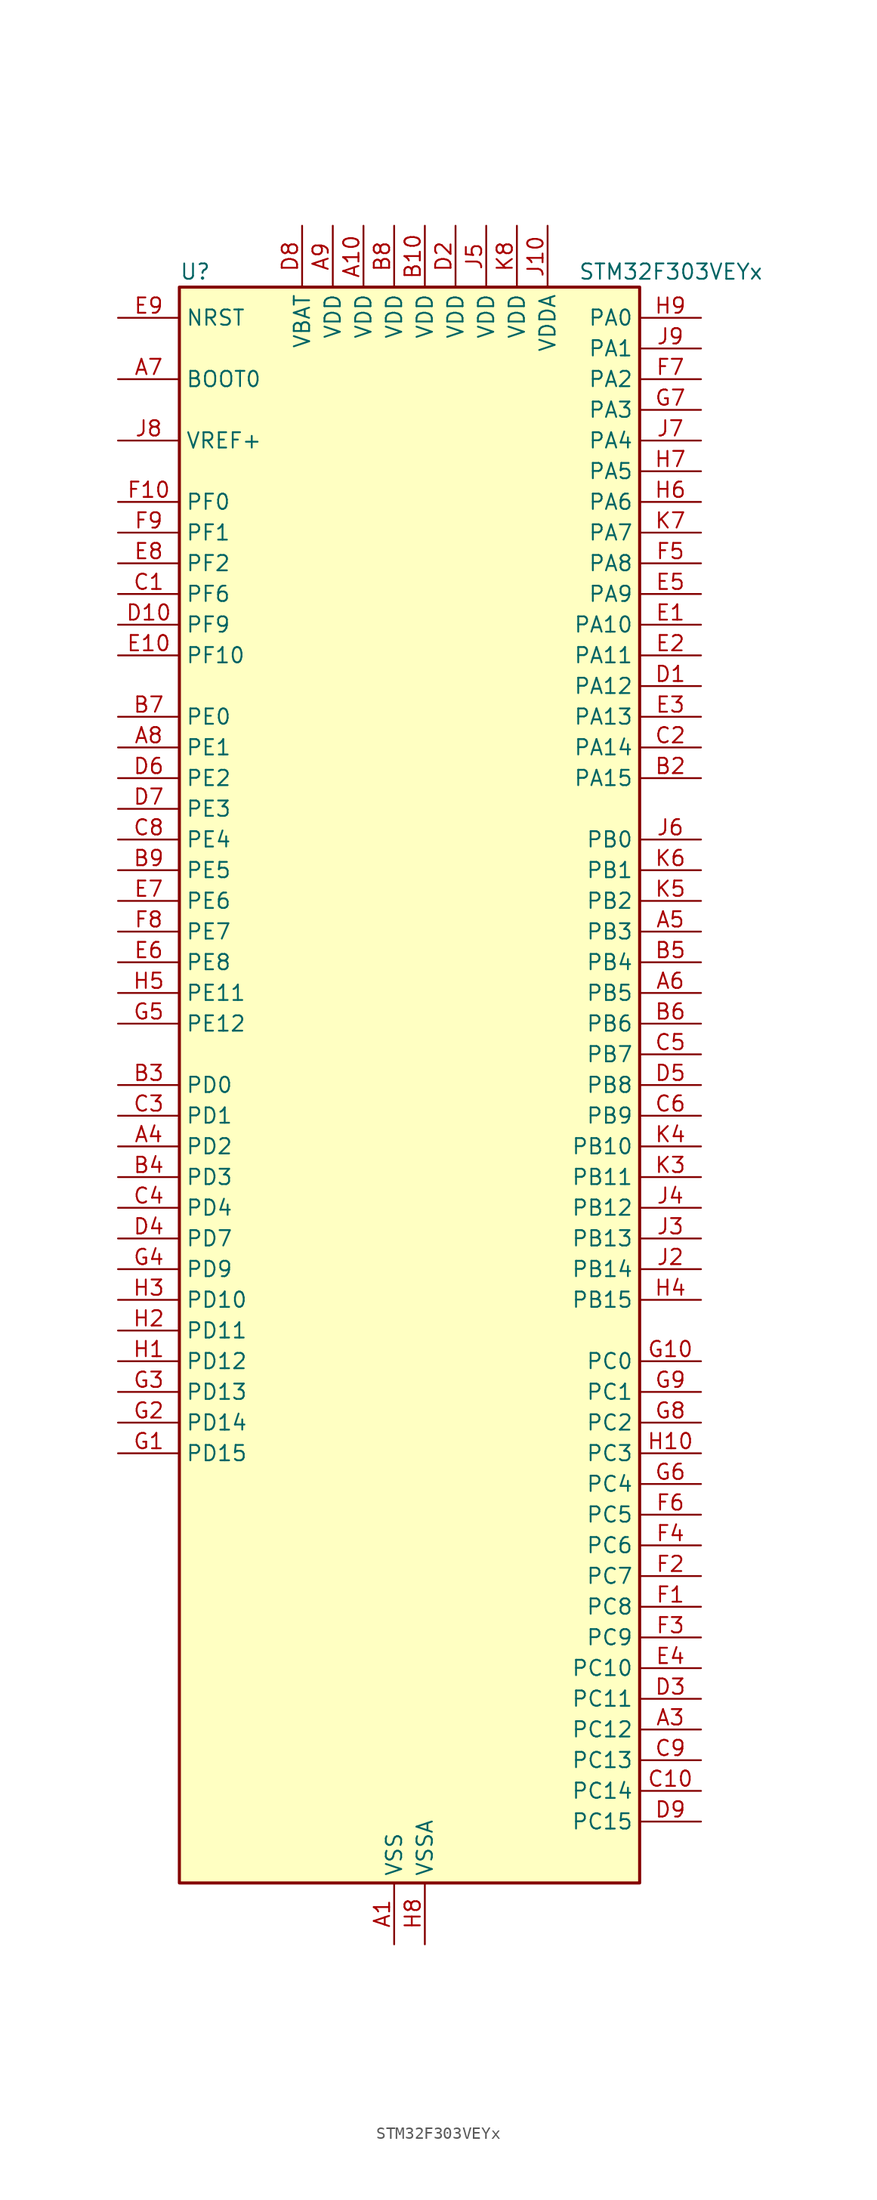
<source format=kicad_sym>
(kicad_symbol_lib
  (version 20220914)
  (generator kicad_symbol_editor)
  (symbol "STM32F303VEYx"
    (property "Reference" "U"
      (at -17.78 67.31 0)
      (effects (font (size 1.27 1.27)) (justify left)))
    (property "Value" "STM32F303VEYx"
      (at 15.24 67.31 0)
      (effects (font (size 1.27 1.27)) (justify left)))
    (property "ki_locked" ""
      (at 0 0 0)
      (effects (font (size 1.27 1.27))))
    (symbol "STM32F303VEYx_0_1"
      (rectangle (start -17.78 -66.04) (end 20.32 66.04) (stroke (width 0.254) (type default)) (fill (type background))))
    (symbol "STM32F303VEYx_1_1"
      (pin power_in line (at 0 -71.12 90) (length 5.08) (name "VSS" (effects (font (size 1.27 1.27)))) (number "A1" (effects (font (size 1.27 1.27)))))
      (pin power_in line (at -2.54 71.12 270) (length 5.08) (name "VDD" (effects (font (size 1.27 1.27)))) (number "A10" (effects (font (size 1.27 1.27)))))
      (pin passive line (at 0 -71.12 90) (length 5.08) hide (name "VSS" (effects (font (size 1.27 1.27)))) (number "A2" (effects (font (size 1.27 1.27)))))
      (pin bidirectional line (at 25.4 -53.34 180) (length 5.08) (name "PC12" (effects (font (size 1.27 1.27)))) (number "A3" (effects (font (size 1.27 1.27)))) (alternate "I2S3_SD" bidirectional line) (alternate "SPI3_MOSI" bidirectional line) (alternate "TIM8_CH3N" bidirectional line) (alternate "UART5_TX" bidirectional line) (alternate "USART3_CK" bidirectional line))
      (pin bidirectional line (at -22.86 -5.08 0) (length 5.08) (name "PD2" (effects (font (size 1.27 1.27)))) (number "A4" (effects (font (size 1.27 1.27)))) (alternate "ADC3_EXTI2" bidirectional line) (alternate "ADC4_EXTI2" bidirectional line) (alternate "TIM3_ETR" bidirectional line) (alternate "TIM8_BKIN" bidirectional line) (alternate "UART5_RX" bidirectional line))
      (pin bidirectional line (at 25.4 12.7 180) (length 5.08) (name "PB3" (effects (font (size 1.27 1.27)))) (number "A5" (effects (font (size 1.27 1.27)))) (alternate "I2S3_CK" bidirectional line) (alternate "SPI1_SCK" bidirectional line) (alternate "SPI3_SCK" bidirectional line) (alternate "SYS_JTDO-TRACESWO" bidirectional line) (alternate "TIM2_CH2" bidirectional line) (alternate "TIM3_ETR" bidirectional line) (alternate "TIM4_ETR" bidirectional line) (alternate "TIM8_CH1N" bidirectional line) (alternate "TSC_G5_IO1" bidirectional line) (alternate "USART2_TX" bidirectional line))
      (pin bidirectional line (at 25.4 7.62 180) (length 5.08) (name "PB5" (effects (font (size 1.27 1.27)))) (number "A6" (effects (font (size 1.27 1.27)))) (alternate "I2C1_SMBA" bidirectional line) (alternate "I2C3_SDA" bidirectional line) (alternate "I2S3_SD" bidirectional line) (alternate "SPI1_MOSI" bidirectional line) (alternate "SPI3_MOSI" bidirectional line) (alternate "TIM16_BKIN" bidirectional line) (alternate "TIM17_CH1" bidirectional line) (alternate "TIM3_CH2" bidirectional line) (alternate "TIM8_CH3N" bidirectional line) (alternate "USART2_CK" bidirectional line))
      (pin input line (at -22.86 58.42 0) (length 5.08) (name "BOOT0" (effects (font (size 1.27 1.27)))) (number "A7" (effects (font (size 1.27 1.27)))))
      (pin bidirectional line (at -22.86 27.94 0) (length 5.08) (name "PE1" (effects (font (size 1.27 1.27)))) (number "A8" (effects (font (size 1.27 1.27)))) (alternate "FMC_NBL1" bidirectional line) (alternate "TIM17_CH1" bidirectional line) (alternate "TIM20_CH4" bidirectional line) (alternate "USART1_RX" bidirectional line))
      (pin power_in line (at -5.08 71.12 270) (length 5.08) (name "VDD" (effects (font (size 1.27 1.27)))) (number "A9" (effects (font (size 1.27 1.27)))))
      (pin passive line (at 0 -71.12 90) (length 5.08) hide (name "VSS" (effects (font (size 1.27 1.27)))) (number "B1" (effects (font (size 1.27 1.27)))))
      (pin power_in line (at 2.54 71.12 270) (length 5.08) (name "VDD" (effects (font (size 1.27 1.27)))) (number "B10" (effects (font (size 1.27 1.27)))))
      (pin bidirectional line (at 25.4 25.4 180) (length 5.08) (name "PA15" (effects (font (size 1.27 1.27)))) (number "B2" (effects (font (size 1.27 1.27)))) (alternate "ADC1_EXTI15" bidirectional line) (alternate "ADC2_EXTI15" bidirectional line) (alternate "ADC3_EXTI15" bidirectional line) (alternate "ADC4_EXTI15" bidirectional line) (alternate "I2C1_SCL" bidirectional line) (alternate "I2S3_WS" bidirectional line) (alternate "SPI1_NSS" bidirectional line) (alternate "SPI3_NSS" bidirectional line) (alternate "SYS_JTDI" bidirectional line) (alternate "TIM1_BKIN" bidirectional line) (alternate "TIM2_CH1" bidirectional line) (alternate "TIM2_ETR" bidirectional line) (alternate "TIM8_CH1" bidirectional line) (alternate "TSC_SYNC" bidirectional line) (alternate "USART2_RX" bidirectional line))
      (pin bidirectional line (at -22.86 0 0) (length 5.08) (name "PD0" (effects (font (size 1.27 1.27)))) (number "B3" (effects (font (size 1.27 1.27)))) (alternate "CAN_RX" bidirectional line) (alternate "FMC_D2" bidirectional line) (alternate "FMC_DA2" bidirectional line))
      (pin bidirectional line (at -22.86 -7.62 0) (length 5.08) (name "PD3" (effects (font (size 1.27 1.27)))) (number "B4" (effects (font (size 1.27 1.27)))) (alternate "FMC_CLK" bidirectional line) (alternate "TIM2_CH1" bidirectional line) (alternate "TIM2_ETR" bidirectional line) (alternate "USART2_CTS" bidirectional line))
      (pin bidirectional line (at 25.4 10.16 180) (length 5.08) (name "PB4" (effects (font (size 1.27 1.27)))) (number "B5" (effects (font (size 1.27 1.27)))) (alternate "I2S3_ext_SD" bidirectional line) (alternate "SPI1_MISO" bidirectional line) (alternate "SPI3_MISO" bidirectional line) (alternate "SYS_NJTRST" bidirectional line) (alternate "TIM16_CH1" bidirectional line) (alternate "TIM17_BKIN" bidirectional line) (alternate "TIM3_CH1" bidirectional line) (alternate "TIM8_CH2N" bidirectional line) (alternate "TSC_G5_IO2" bidirectional line) (alternate "USART2_RX" bidirectional line))
      (pin bidirectional line (at 25.4 5.08 180) (length 5.08) (name "PB6" (effects (font (size 1.27 1.27)))) (number "B6" (effects (font (size 1.27 1.27)))) (alternate "I2C1_SCL" bidirectional line) (alternate "TIM16_CH1N" bidirectional line) (alternate "TIM4_CH1" bidirectional line) (alternate "TIM8_BKIN2" bidirectional line) (alternate "TIM8_CH1" bidirectional line) (alternate "TIM8_ETR" bidirectional line) (alternate "TSC_G5_IO3" bidirectional line) (alternate "USART1_TX" bidirectional line))
      (pin bidirectional line (at -22.86 30.48 0) (length 5.08) (name "PE0" (effects (font (size 1.27 1.27)))) (number "B7" (effects (font (size 1.27 1.27)))) (alternate "FMC_NBL0" bidirectional line) (alternate "TIM16_CH1" bidirectional line) (alternate "TIM20_ETR" bidirectional line) (alternate "TIM4_ETR" bidirectional line) (alternate "USART1_TX" bidirectional line))
      (pin power_in line (at 0 71.12 270) (length 5.08) (name "VDD" (effects (font (size 1.27 1.27)))) (number "B8" (effects (font (size 1.27 1.27)))))
      (pin bidirectional line (at -22.86 17.78 0) (length 5.08) (name "PE5" (effects (font (size 1.27 1.27)))) (number "B9" (effects (font (size 1.27 1.27)))) (alternate "FMC_A21" bidirectional line) (alternate "SPI4_MISO" bidirectional line) (alternate "SYS_TRACED2" bidirectional line) (alternate "TIM20_CH2N" bidirectional line) (alternate "TIM3_CH4" bidirectional line) (alternate "TSC_G7_IO4" bidirectional line))
      (pin bidirectional line (at -22.86 40.64 0) (length 5.08) (name "PF6" (effects (font (size 1.27 1.27)))) (number "C1" (effects (font (size 1.27 1.27)))) (alternate "FMC_NIORD" bidirectional line) (alternate "I2C2_SCL" bidirectional line) (alternate "TIM4_CH4" bidirectional line) (alternate "USART3_DE" bidirectional line) (alternate "USART3_RTS" bidirectional line))
      (pin bidirectional line (at 25.4 -58.42 180) (length 5.08) (name "PC14" (effects (font (size 1.27 1.27)))) (number "C10" (effects (font (size 1.27 1.27)))) (alternate "RCC_OSC32_IN" bidirectional line))
      (pin bidirectional line (at 25.4 27.94 180) (length 5.08) (name "PA14" (effects (font (size 1.27 1.27)))) (number "C2" (effects (font (size 1.27 1.27)))) (alternate "I2C1_SDA" bidirectional line) (alternate "SYS_JTCK-SWCLK" bidirectional line) (alternate "TIM1_BKIN" bidirectional line) (alternate "TIM8_CH2" bidirectional line) (alternate "TSC_G4_IO4" bidirectional line) (alternate "USART2_TX" bidirectional line))
      (pin bidirectional line (at -22.86 -2.54 0) (length 5.08) (name "PD1" (effects (font (size 1.27 1.27)))) (number "C3" (effects (font (size 1.27 1.27)))) (alternate "CAN_TX" bidirectional line) (alternate "FMC_D3" bidirectional line) (alternate "FMC_DA3" bidirectional line) (alternate "TIM8_BKIN2" bidirectional line) (alternate "TIM8_CH4" bidirectional line))
      (pin bidirectional line (at -22.86 -10.16 0) (length 5.08) (name "PD4" (effects (font (size 1.27 1.27)))) (number "C4" (effects (font (size 1.27 1.27)))) (alternate "FMC_NOE" bidirectional line) (alternate "TIM2_CH2" bidirectional line) (alternate "USART2_DE" bidirectional line) (alternate "USART2_RTS" bidirectional line))
      (pin bidirectional line (at 25.4 2.54 180) (length 5.08) (name "PB7" (effects (font (size 1.27 1.27)))) (number "C5" (effects (font (size 1.27 1.27)))) (alternate "FMC_NL" bidirectional line) (alternate "I2C1_SDA" bidirectional line) (alternate "TIM17_CH1N" bidirectional line) (alternate "TIM3_CH4" bidirectional line) (alternate "TIM4_CH2" bidirectional line) (alternate "TIM8_BKIN" bidirectional line) (alternate "TSC_G5_IO4" bidirectional line) (alternate "USART1_RX" bidirectional line))
      (pin bidirectional line (at 25.4 -2.54 180) (length 5.08) (name "PB9" (effects (font (size 1.27 1.27)))) (number "C6" (effects (font (size 1.27 1.27)))) (alternate "CAN_TX" bidirectional line) (alternate "COMP2_OUT" bidirectional line) (alternate "DAC1_EXTI9" bidirectional line) (alternate "I2C1_SDA" bidirectional line) (alternate "IR_OUT" bidirectional line) (alternate "TIM17_CH1" bidirectional line) (alternate "TIM4_CH4" bidirectional line) (alternate "TIM8_CH3" bidirectional line) (alternate "USART3_TX" bidirectional line))
      (pin passive line (at 0 -71.12 90) (length 5.08) hide (name "VSS" (effects (font (size 1.27 1.27)))) (number "C7" (effects (font (size 1.27 1.27)))))
      (pin bidirectional line (at -22.86 20.32 0) (length 5.08) (name "PE4" (effects (font (size 1.27 1.27)))) (number "C8" (effects (font (size 1.27 1.27)))) (alternate "FMC_A20" bidirectional line) (alternate "SPI4_NSS" bidirectional line) (alternate "SYS_TRACED1" bidirectional line) (alternate "TIM20_CH1N" bidirectional line) (alternate "TIM3_CH3" bidirectional line) (alternate "TSC_G7_IO3" bidirectional line))
      (pin bidirectional line (at 25.4 -55.88 180) (length 5.08) (name "PC13" (effects (font (size 1.27 1.27)))) (number "C9" (effects (font (size 1.27 1.27)))) (alternate "RTC_OUT_ALARM" bidirectional line) (alternate "RTC_OUT_CALIB" bidirectional line) (alternate "RTC_TAMP1" bidirectional line) (alternate "RTC_TS" bidirectional line) (alternate "SYS_WKUP2" bidirectional line) (alternate "TIM1_CH1N" bidirectional line))
      (pin bidirectional line (at 25.4 33.02 180) (length 5.08) (name "PA12" (effects (font (size 1.27 1.27)))) (number "D1" (effects (font (size 1.27 1.27)))) (alternate "CAN_TX" bidirectional line) (alternate "COMP2_OUT" bidirectional line) (alternate "I2S_CKIN" bidirectional line) (alternate "TIM16_CH1" bidirectional line) (alternate "TIM1_CH2N" bidirectional line) (alternate "TIM1_ETR" bidirectional line) (alternate "TIM4_CH2" bidirectional line) (alternate "USART1_DE" bidirectional line) (alternate "USART1_RTS" bidirectional line) (alternate "USB_DP" bidirectional line))
      (pin bidirectional line (at -22.86 38.1 0) (length 5.08) (name "PF9" (effects (font (size 1.27 1.27)))) (number "D10" (effects (font (size 1.27 1.27)))) (alternate "DAC1_EXTI9" bidirectional line) (alternate "FMC_CD" bidirectional line) (alternate "SPI2_SCK" bidirectional line) (alternate "TIM15_CH1" bidirectional line) (alternate "TIM20_BKIN" bidirectional line))
      (pin power_in line (at 5.08 71.12 270) (length 5.08) (name "VDD" (effects (font (size 1.27 1.27)))) (number "D2" (effects (font (size 1.27 1.27)))))
      (pin bidirectional line (at 25.4 -50.8 180) (length 5.08) (name "PC11" (effects (font (size 1.27 1.27)))) (number "D3" (effects (font (size 1.27 1.27)))) (alternate "ADC1_EXTI11" bidirectional line) (alternate "ADC2_EXTI11" bidirectional line) (alternate "I2S3_ext_SD" bidirectional line) (alternate "SPI3_MISO" bidirectional line) (alternate "TIM8_CH2N" bidirectional line) (alternate "UART4_RX" bidirectional line) (alternate "USART3_RX" bidirectional line))
      (pin bidirectional line (at -22.86 -12.7 0) (length 5.08) (name "PD7" (effects (font (size 1.27 1.27)))) (number "D4" (effects (font (size 1.27 1.27)))) (alternate "FMC_NCE2" bidirectional line) (alternate "FMC_NE1" bidirectional line) (alternate "TIM2_CH3" bidirectional line) (alternate "USART2_CK" bidirectional line))
      (pin bidirectional line (at 25.4 0 180) (length 5.08) (name "PB8" (effects (font (size 1.27 1.27)))) (number "D5" (effects (font (size 1.27 1.27)))) (alternate "CAN_RX" bidirectional line) (alternate "COMP1_OUT" bidirectional line) (alternate "I2C1_SCL" bidirectional line) (alternate "TIM16_CH1" bidirectional line) (alternate "TIM1_BKIN" bidirectional line) (alternate "TIM4_CH3" bidirectional line) (alternate "TIM8_CH2" bidirectional line) (alternate "TSC_SYNC" bidirectional line) (alternate "USART3_RX" bidirectional line))
      (pin bidirectional line (at -22.86 25.4 0) (length 5.08) (name "PE2" (effects (font (size 1.27 1.27)))) (number "D6" (effects (font (size 1.27 1.27)))) (alternate "ADC3_EXTI2" bidirectional line) (alternate "ADC4_EXTI2" bidirectional line) (alternate "FMC_A23" bidirectional line) (alternate "SPI4_SCK" bidirectional line) (alternate "SYS_TRACECK" bidirectional line) (alternate "TIM20_CH1" bidirectional line) (alternate "TIM3_CH1" bidirectional line) (alternate "TSC_G7_IO1" bidirectional line))
      (pin bidirectional line (at -22.86 22.86 0) (length 5.08) (name "PE3" (effects (font (size 1.27 1.27)))) (number "D7" (effects (font (size 1.27 1.27)))) (alternate "FMC_A19" bidirectional line) (alternate "SPI4_NSS" bidirectional line) (alternate "SYS_TRACED0" bidirectional line) (alternate "TIM20_CH2" bidirectional line) (alternate "TIM3_CH2" bidirectional line) (alternate "TSC_G7_IO2" bidirectional line))
      (pin power_in line (at -7.62 71.12 270) (length 5.08) (name "VBAT" (effects (font (size 1.27 1.27)))) (number "D8" (effects (font (size 1.27 1.27)))))
      (pin bidirectional line (at 25.4 -60.96 180) (length 5.08) (name "PC15" (effects (font (size 1.27 1.27)))) (number "D9" (effects (font (size 1.27 1.27)))) (alternate "ADC1_EXTI15" bidirectional line) (alternate "ADC2_EXTI15" bidirectional line) (alternate "ADC3_EXTI15" bidirectional line) (alternate "ADC4_EXTI15" bidirectional line) (alternate "RCC_OSC32_OUT" bidirectional line))
      (pin bidirectional line (at 25.4 38.1 180) (length 5.08) (name "PA10" (effects (font (size 1.27 1.27)))) (number "E1" (effects (font (size 1.27 1.27)))) (alternate "COMP6_OUT" bidirectional line) (alternate "I2C2_SDA" bidirectional line) (alternate "I2S2_ext_SD" bidirectional line) (alternate "SPI2_MISO" bidirectional line) (alternate "TIM17_BKIN" bidirectional line) (alternate "TIM1_CH3" bidirectional line) (alternate "TIM2_CH4" bidirectional line) (alternate "TIM8_BKIN" bidirectional line) (alternate "TSC_G4_IO2" bidirectional line) (alternate "USART1_RX" bidirectional line))
      (pin bidirectional line (at -22.86 35.56 0) (length 5.08) (name "PF10" (effects (font (size 1.27 1.27)))) (number "E10" (effects (font (size 1.27 1.27)))) (alternate "FMC_INTR" bidirectional line) (alternate "SPI2_SCK" bidirectional line) (alternate "TIM15_CH2" bidirectional line) (alternate "TIM20_BKIN2" bidirectional line))
      (pin bidirectional line (at 25.4 35.56 180) (length 5.08) (name "PA11" (effects (font (size 1.27 1.27)))) (number "E2" (effects (font (size 1.27 1.27)))) (alternate "ADC1_EXTI11" bidirectional line) (alternate "ADC2_EXTI11" bidirectional line) (alternate "CAN_RX" bidirectional line) (alternate "COMP1_OUT" bidirectional line) (alternate "I2S2_SD" bidirectional line) (alternate "SPI2_MOSI" bidirectional line) (alternate "TIM1_BKIN2" bidirectional line) (alternate "TIM1_CH1N" bidirectional line) (alternate "TIM1_CH4" bidirectional line) (alternate "TIM4_CH1" bidirectional line) (alternate "USART1_CTS" bidirectional line) (alternate "USB_DM" bidirectional line))
      (pin bidirectional line (at 25.4 30.48 180) (length 5.08) (name "PA13" (effects (font (size 1.27 1.27)))) (number "E3" (effects (font (size 1.27 1.27)))) (alternate "IR_OUT" bidirectional line) (alternate "SYS_JTMS-SWDIO" bidirectional line) (alternate "TIM16_CH1N" bidirectional line) (alternate "TIM4_CH3" bidirectional line) (alternate "TSC_G4_IO3" bidirectional line) (alternate "USART3_CTS" bidirectional line))
      (pin bidirectional line (at 25.4 -48.26 180) (length 5.08) (name "PC10" (effects (font (size 1.27 1.27)))) (number "E4" (effects (font (size 1.27 1.27)))) (alternate "I2S3_CK" bidirectional line) (alternate "SPI3_SCK" bidirectional line) (alternate "TIM8_CH1N" bidirectional line) (alternate "UART4_TX" bidirectional line) (alternate "USART3_TX" bidirectional line))
      (pin bidirectional line (at 25.4 40.64 180) (length 5.08) (name "PA9" (effects (font (size 1.27 1.27)))) (number "E5" (effects (font (size 1.27 1.27)))) (alternate "COMP5_OUT" bidirectional line) (alternate "DAC1_EXTI9" bidirectional line) (alternate "I2C2_SCL" bidirectional line) (alternate "I2C3_SMBA" bidirectional line) (alternate "I2S3_MCK" bidirectional line) (alternate "TIM15_BKIN" bidirectional line) (alternate "TIM1_CH2" bidirectional line) (alternate "TIM2_CH3" bidirectional line) (alternate "TSC_G4_IO1" bidirectional line) (alternate "USART1_TX" bidirectional line))
      (pin bidirectional line (at -22.86 10.16 0) (length 5.08) (name "PE8" (effects (font (size 1.27 1.27)))) (number "E6" (effects (font (size 1.27 1.27)))) (alternate "ADC3_IN6" bidirectional line) (alternate "ADC4_IN6" bidirectional line) (alternate "COMP4_INM" bidirectional line) (alternate "FMC_D5" bidirectional line) (alternate "FMC_DA5" bidirectional line) (alternate "TIM1_CH1N" bidirectional line))
      (pin bidirectional line (at -22.86 15.24 0) (length 5.08) (name "PE6" (effects (font (size 1.27 1.27)))) (number "E7" (effects (font (size 1.27 1.27)))) (alternate "FMC_A22" bidirectional line) (alternate "RTC_TAMP3" bidirectional line) (alternate "SPI4_MOSI" bidirectional line) (alternate "SYS_TRACED3" bidirectional line) (alternate "SYS_WKUP3" bidirectional line) (alternate "TIM20_CH3N" bidirectional line))
      (pin bidirectional line (at -22.86 43.18 0) (length 5.08) (name "PF2" (effects (font (size 1.27 1.27)))) (number "E8" (effects (font (size 1.27 1.27)))) (alternate "ADC1_IN10" bidirectional line) (alternate "ADC2_IN10" bidirectional line) (alternate "ADC3_EXTI2" bidirectional line) (alternate "ADC4_EXTI2" bidirectional line) (alternate "FMC_A2" bidirectional line) (alternate "TIM20_CH3" bidirectional line))
      (pin input line (at -22.86 63.5 0) (length 5.08) (name "NRST" (effects (font (size 1.27 1.27)))) (number "E9" (effects (font (size 1.27 1.27)))))
      (pin bidirectional line (at 25.4 -43.18 180) (length 5.08) (name "PC8" (effects (font (size 1.27 1.27)))) (number "F1" (effects (font (size 1.27 1.27)))) (alternate "COMP3_OUT" bidirectional line) (alternate "TIM3_CH3" bidirectional line) (alternate "TIM8_CH3" bidirectional line))
      (pin bidirectional line (at -22.86 48.26 0) (length 5.08) (name "PF0" (effects (font (size 1.27 1.27)))) (number "F10" (effects (font (size 1.27 1.27)))) (alternate "I2C2_SDA" bidirectional line) (alternate "I2S2_WS" bidirectional line) (alternate "RCC_OSC_IN" bidirectional line) (alternate "SPI2_NSS" bidirectional line) (alternate "TIM1_CH3N" bidirectional line))
      (pin bidirectional line (at 25.4 -40.64 180) (length 5.08) (name "PC7" (effects (font (size 1.27 1.27)))) (number "F2" (effects (font (size 1.27 1.27)))) (alternate "COMP5_OUT" bidirectional line) (alternate "I2S3_MCK" bidirectional line) (alternate "TIM3_CH2" bidirectional line) (alternate "TIM8_CH2" bidirectional line))
      (pin bidirectional line (at 25.4 -45.72 180) (length 5.08) (name "PC9" (effects (font (size 1.27 1.27)))) (number "F3" (effects (font (size 1.27 1.27)))) (alternate "DAC1_EXTI9" bidirectional line) (alternate "I2C3_SDA" bidirectional line) (alternate "I2S_CKIN" bidirectional line) (alternate "TIM3_CH4" bidirectional line) (alternate "TIM8_BKIN2" bidirectional line) (alternate "TIM8_CH4" bidirectional line))
      (pin bidirectional line (at 25.4 -38.1 180) (length 5.08) (name "PC6" (effects (font (size 1.27 1.27)))) (number "F4" (effects (font (size 1.27 1.27)))) (alternate "COMP6_OUT" bidirectional line) (alternate "I2S2_MCK" bidirectional line) (alternate "TIM3_CH1" bidirectional line) (alternate "TIM8_CH1" bidirectional line))
      (pin bidirectional line (at 25.4 43.18 180) (length 5.08) (name "PA8" (effects (font (size 1.27 1.27)))) (number "F5" (effects (font (size 1.27 1.27)))) (alternate "COMP3_OUT" bidirectional line) (alternate "I2C2_SMBA" bidirectional line) (alternate "I2C3_SCL" bidirectional line) (alternate "I2S2_MCK" bidirectional line) (alternate "RCC_MCO" bidirectional line) (alternate "TIM1_CH1" bidirectional line) (alternate "TIM4_ETR" bidirectional line) (alternate "USART1_CK" bidirectional line))
      (pin bidirectional line (at 25.4 -35.56 180) (length 5.08) (name "PC5" (effects (font (size 1.27 1.27)))) (number "F6" (effects (font (size 1.27 1.27)))) (alternate "ADC2_IN11" bidirectional line) (alternate "OPAMP1_VINM" bidirectional line) (alternate "OPAMP1_VINM_SEC" bidirectional line) (alternate "OPAMP2_VINM" bidirectional line) (alternate "OPAMP2_VINM_SEC" bidirectional line) (alternate "TIM15_BKIN" bidirectional line) (alternate "TSC_G3_IO1" bidirectional line) (alternate "USART1_RX" bidirectional line))
      (pin bidirectional line (at 25.4 58.42 180) (length 5.08) (name "PA2" (effects (font (size 1.27 1.27)))) (number "F7" (effects (font (size 1.27 1.27)))) (alternate "ADC1_IN3" bidirectional line) (alternate "ADC3_EXTI2" bidirectional line) (alternate "ADC4_EXTI2" bidirectional line) (alternate "COMP2_INM" bidirectional line) (alternate "COMP2_OUT" bidirectional line) (alternate "OPAMP1_VOUT" bidirectional line) (alternate "TIM15_CH1" bidirectional line) (alternate "TIM2_CH3" bidirectional line) (alternate "TSC_G1_IO3" bidirectional line) (alternate "USART2_TX" bidirectional line))
      (pin bidirectional line (at -22.86 12.7 0) (length 5.08) (name "PE7" (effects (font (size 1.27 1.27)))) (number "F8" (effects (font (size 1.27 1.27)))) (alternate "ADC3_IN13" bidirectional line) (alternate "FMC_D4" bidirectional line) (alternate "FMC_DA4" bidirectional line) (alternate "TIM1_ETR" bidirectional line))
      (pin bidirectional line (at -22.86 45.72 0) (length 5.08) (name "PF1" (effects (font (size 1.27 1.27)))) (number "F9" (effects (font (size 1.27 1.27)))) (alternate "I2C2_SCL" bidirectional line) (alternate "I2S2_CK" bidirectional line) (alternate "RCC_OSC_OUT" bidirectional line) (alternate "SPI2_SCK" bidirectional line))
      (pin bidirectional line (at -22.86 -30.48 0) (length 5.08) (name "PD15" (effects (font (size 1.27 1.27)))) (number "G1" (effects (font (size 1.27 1.27)))) (alternate "ADC1_EXTI15" bidirectional line) (alternate "ADC2_EXTI15" bidirectional line) (alternate "ADC3_EXTI15" bidirectional line) (alternate "ADC4_EXTI15" bidirectional line) (alternate "COMP3_INM" bidirectional line) (alternate "FMC_D1" bidirectional line) (alternate "FMC_DA1" bidirectional line) (alternate "SPI2_NSS" bidirectional line) (alternate "TIM4_CH4" bidirectional line) (alternate "TSC_G8_IO4" bidirectional line))
      (pin bidirectional line (at 25.4 -22.86 180) (length 5.08) (name "PC0" (effects (font (size 1.27 1.27)))) (number "G10" (effects (font (size 1.27 1.27)))) (alternate "ADC1_IN6" bidirectional line) (alternate "ADC2_IN6" bidirectional line) (alternate "COMP7_INM" bidirectional line) (alternate "TIM1_CH1" bidirectional line))
      (pin bidirectional line (at -22.86 -27.94 0) (length 5.08) (name "PD14" (effects (font (size 1.27 1.27)))) (number "G2" (effects (font (size 1.27 1.27)))) (alternate "ADC3_IN11" bidirectional line) (alternate "ADC4_IN11" bidirectional line) (alternate "FMC_D0" bidirectional line) (alternate "FMC_DA0" bidirectional line) (alternate "OPAMP2_VINP" bidirectional line) (alternate "OPAMP2_VINP_SEC" bidirectional line) (alternate "TIM4_CH3" bidirectional line) (alternate "TSC_G8_IO3" bidirectional line))
      (pin bidirectional line (at -22.86 -25.4 0) (length 5.08) (name "PD13" (effects (font (size 1.27 1.27)))) (number "G3" (effects (font (size 1.27 1.27)))) (alternate "ADC3_IN10" bidirectional line) (alternate "ADC4_IN10" bidirectional line) (alternate "COMP5_INM" bidirectional line) (alternate "FMC_A18" bidirectional line) (alternate "TIM4_CH2" bidirectional line) (alternate "TSC_G8_IO2" bidirectional line))
      (pin bidirectional line (at -22.86 -15.24 0) (length 5.08) (name "PD9" (effects (font (size 1.27 1.27)))) (number "G4" (effects (font (size 1.27 1.27)))) (alternate "ADC4_IN13" bidirectional line) (alternate "DAC1_EXTI9" bidirectional line) (alternate "FMC_D14" bidirectional line) (alternate "FMC_DA14" bidirectional line) (alternate "USART3_RX" bidirectional line))
      (pin bidirectional line (at -22.86 5.08 0) (length 5.08) (name "PE12" (effects (font (size 1.27 1.27)))) (number "G5" (effects (font (size 1.27 1.27)))) (alternate "ADC3_IN16" bidirectional line) (alternate "FMC_D9" bidirectional line) (alternate "FMC_DA9" bidirectional line) (alternate "SPI4_SCK" bidirectional line) (alternate "TIM1_CH3N" bidirectional line))
      (pin bidirectional line (at 25.4 -33.02 180) (length 5.08) (name "PC4" (effects (font (size 1.27 1.27)))) (number "G6" (effects (font (size 1.27 1.27)))) (alternate "ADC2_IN5" bidirectional line) (alternate "TIM1_ETR" bidirectional line) (alternate "USART1_TX" bidirectional line))
      (pin bidirectional line (at 25.4 55.88 180) (length 5.08) (name "PA3" (effects (font (size 1.27 1.27)))) (number "G7" (effects (font (size 1.27 1.27)))) (alternate "ADC1_IN4" bidirectional line) (alternate "OPAMP1_VINM" bidirectional line) (alternate "OPAMP1_VINM_SEC" bidirectional line) (alternate "OPAMP1_VINP" bidirectional line) (alternate "OPAMP1_VINP_SEC" bidirectional line) (alternate "TIM15_CH2" bidirectional line) (alternate "TIM2_CH4" bidirectional line) (alternate "TSC_G1_IO4" bidirectional line) (alternate "USART2_RX" bidirectional line))
      (pin bidirectional line (at 25.4 -27.94 180) (length 5.08) (name "PC2" (effects (font (size 1.27 1.27)))) (number "G8" (effects (font (size 1.27 1.27)))) (alternate "ADC1_IN8" bidirectional line) (alternate "ADC2_IN8" bidirectional line) (alternate "ADC3_EXTI2" bidirectional line) (alternate "ADC4_EXTI2" bidirectional line) (alternate "COMP7_OUT" bidirectional line) (alternate "TIM1_CH3" bidirectional line))
      (pin bidirectional line (at 25.4 -25.4 180) (length 5.08) (name "PC1" (effects (font (size 1.27 1.27)))) (number "G9" (effects (font (size 1.27 1.27)))) (alternate "ADC1_IN7" bidirectional line) (alternate "ADC2_IN7" bidirectional line) (alternate "COMP7_INP" bidirectional line) (alternate "TIM1_CH2" bidirectional line))
      (pin bidirectional line (at -22.86 -22.86 0) (length 5.08) (name "PD12" (effects (font (size 1.27 1.27)))) (number "H1" (effects (font (size 1.27 1.27)))) (alternate "ADC3_IN9" bidirectional line) (alternate "ADC4_IN9" bidirectional line) (alternate "FMC_A17" bidirectional line) (alternate "FMC_ALE" bidirectional line) (alternate "TIM4_CH1" bidirectional line) (alternate "TSC_G8_IO1" bidirectional line) (alternate "USART3_DE" bidirectional line) (alternate "USART3_RTS" bidirectional line))
      (pin bidirectional line (at 25.4 -30.48 180) (length 5.08) (name "PC3" (effects (font (size 1.27 1.27)))) (number "H10" (effects (font (size 1.27 1.27)))) (alternate "ADC1_IN9" bidirectional line) (alternate "ADC2_IN9" bidirectional line) (alternate "TIM1_BKIN2" bidirectional line) (alternate "TIM1_CH4" bidirectional line))
      (pin bidirectional line (at -22.86 -20.32 0) (length 5.08) (name "PD11" (effects (font (size 1.27 1.27)))) (number "H2" (effects (font (size 1.27 1.27)))) (alternate "ADC1_EXTI11" bidirectional line) (alternate "ADC2_EXTI11" bidirectional line) (alternate "ADC3_IN8" bidirectional line) (alternate "ADC4_IN8" bidirectional line) (alternate "FMC_A16" bidirectional line) (alternate "FMC_CLE" bidirectional line) (alternate "OPAMP4_VINP" bidirectional line) (alternate "OPAMP4_VINP_SEC" bidirectional line) (alternate "USART3_CTS" bidirectional line))
      (pin bidirectional line (at -22.86 -17.78 0) (length 5.08) (name "PD10" (effects (font (size 1.27 1.27)))) (number "H3" (effects (font (size 1.27 1.27)))) (alternate "ADC3_IN7" bidirectional line) (alternate "ADC4_IN7" bidirectional line) (alternate "COMP6_INM" bidirectional line) (alternate "FMC_D15" bidirectional line) (alternate "FMC_DA15" bidirectional line) (alternate "USART3_CK" bidirectional line))
      (pin bidirectional line (at 25.4 -17.78 180) (length 5.08) (name "PB15" (effects (font (size 1.27 1.27)))) (number "H4" (effects (font (size 1.27 1.27)))) (alternate "ADC1_EXTI15" bidirectional line) (alternate "ADC2_EXTI15" bidirectional line) (alternate "ADC3_EXTI15" bidirectional line) (alternate "ADC4_EXTI15" bidirectional line) (alternate "ADC4_IN5" bidirectional line) (alternate "COMP6_INM" bidirectional line) (alternate "I2S2_SD" bidirectional line) (alternate "RTC_REFIN" bidirectional line) (alternate "SPI2_MOSI" bidirectional line) (alternate "TIM15_CH1N" bidirectional line) (alternate "TIM15_CH2" bidirectional line) (alternate "TIM1_CH3N" bidirectional line))
      (pin bidirectional line (at -22.86 7.62 0) (length 5.08) (name "PE11" (effects (font (size 1.27 1.27)))) (number "H5" (effects (font (size 1.27 1.27)))) (alternate "ADC1_EXTI11" bidirectional line) (alternate "ADC2_EXTI11" bidirectional line) (alternate "ADC3_IN15" bidirectional line) (alternate "FMC_D8" bidirectional line) (alternate "FMC_DA8" bidirectional line) (alternate "SPI4_NSS" bidirectional line) (alternate "TIM1_CH2" bidirectional line))
      (pin bidirectional line (at 25.4 48.26 180) (length 5.08) (name "PA6" (effects (font (size 1.27 1.27)))) (number "H6" (effects (font (size 1.27 1.27)))) (alternate "ADC2_IN3" bidirectional line) (alternate "COMP1_OUT" bidirectional line) (alternate "OPAMP2_VOUT" bidirectional line) (alternate "SPI1_MISO" bidirectional line) (alternate "TIM16_CH1" bidirectional line) (alternate "TIM1_BKIN" bidirectional line) (alternate "TIM3_CH1" bidirectional line) (alternate "TIM8_BKIN" bidirectional line) (alternate "TSC_G2_IO3" bidirectional line))
      (pin bidirectional line (at 25.4 50.8 180) (length 5.08) (name "PA5" (effects (font (size 1.27 1.27)))) (number "H7" (effects (font (size 1.27 1.27)))) (alternate "ADC2_IN2" bidirectional line) (alternate "COMP1_INM" bidirectional line) (alternate "COMP2_INM" bidirectional line) (alternate "COMP3_INM" bidirectional line) (alternate "COMP4_INM" bidirectional line) (alternate "COMP5_INM" bidirectional line) (alternate "COMP6_INM" bidirectional line) (alternate "COMP7_INM" bidirectional line) (alternate "DAC1_OUT2" bidirectional line) (alternate "OPAMP1_VINP" bidirectional line) (alternate "OPAMP1_VINP_SEC" bidirectional line) (alternate "OPAMP2_VINM" bidirectional line) (alternate "OPAMP2_VINM_SEC" bidirectional line) (alternate "OPAMP3_VINP" bidirectional line) (alternate "OPAMP3_VINP_SEC" bidirectional line) (alternate "SPI1_SCK" bidirectional line) (alternate "TIM2_CH1" bidirectional line) (alternate "TIM2_ETR" bidirectional line) (alternate "TSC_G2_IO2" bidirectional line))
      (pin power_in line (at 2.54 -71.12 90) (length 5.08) (name "VSSA" (effects (font (size 1.27 1.27)))) (number "H8" (effects (font (size 1.27 1.27)))))
      (pin bidirectional line (at 25.4 63.5 180) (length 5.08) (name "PA0" (effects (font (size 1.27 1.27)))) (number "H9" (effects (font (size 1.27 1.27)))) (alternate "ADC1_IN1" bidirectional line) (alternate "COMP1_INM" bidirectional line) (alternate "COMP1_OUT" bidirectional line) (alternate "RTC_TAMP2" bidirectional line) (alternate "SYS_WKUP1" bidirectional line) (alternate "TIM2_CH1" bidirectional line) (alternate "TIM2_ETR" bidirectional line) (alternate "TIM8_BKIN" bidirectional line) (alternate "TIM8_ETR" bidirectional line) (alternate "TSC_G1_IO1" bidirectional line) (alternate "USART2_CTS" bidirectional line))
      (pin passive line (at 0 -71.12 90) (length 5.08) hide (name "VSS" (effects (font (size 1.27 1.27)))) (number "J1" (effects (font (size 1.27 1.27)))))
      (pin power_in line (at 12.7 71.12 270) (length 5.08) (name "VDDA" (effects (font (size 1.27 1.27)))) (number "J10" (effects (font (size 1.27 1.27)))))
      (pin bidirectional line (at 25.4 -15.24 180) (length 5.08) (name "PB14" (effects (font (size 1.27 1.27)))) (number "J2" (effects (font (size 1.27 1.27)))) (alternate "ADC4_IN4" bidirectional line) (alternate "COMP3_INP" bidirectional line) (alternate "I2S2_ext_SD" bidirectional line) (alternate "OPAMP2_VINP" bidirectional line) (alternate "OPAMP2_VINP_SEC" bidirectional line) (alternate "SPI2_MISO" bidirectional line) (alternate "TIM15_CH1" bidirectional line) (alternate "TIM1_CH2N" bidirectional line) (alternate "TSC_G6_IO4" bidirectional line) (alternate "USART3_DE" bidirectional line) (alternate "USART3_RTS" bidirectional line))
      (pin bidirectional line (at 25.4 -12.7 180) (length 5.08) (name "PB13" (effects (font (size 1.27 1.27)))) (number "J3" (effects (font (size 1.27 1.27)))) (alternate "ADC3_IN5" bidirectional line) (alternate "COMP5_INP" bidirectional line) (alternate "I2S2_CK" bidirectional line) (alternate "OPAMP3_VINP" bidirectional line) (alternate "OPAMP3_VINP_SEC" bidirectional line) (alternate "OPAMP4_VINP" bidirectional line) (alternate "OPAMP4_VINP_SEC" bidirectional line) (alternate "SPI2_SCK" bidirectional line) (alternate "TIM1_CH1N" bidirectional line) (alternate "TSC_G6_IO3" bidirectional line) (alternate "USART3_CTS" bidirectional line))
      (pin bidirectional line (at 25.4 -10.16 180) (length 5.08) (name "PB12" (effects (font (size 1.27 1.27)))) (number "J4" (effects (font (size 1.27 1.27)))) (alternate "ADC4_IN3" bidirectional line) (alternate "COMP3_INM" bidirectional line) (alternate "I2C2_SMBA" bidirectional line) (alternate "I2S2_WS" bidirectional line) (alternate "OPAMP4_VOUT" bidirectional line) (alternate "SPI2_NSS" bidirectional line) (alternate "TIM1_BKIN" bidirectional line) (alternate "TSC_G6_IO2" bidirectional line) (alternate "USART3_CK" bidirectional line))
      (pin power_in line (at 7.62 71.12 270) (length 5.08) (name "VDD" (effects (font (size 1.27 1.27)))) (number "J5" (effects (font (size 1.27 1.27)))))
      (pin bidirectional line (at 25.4 20.32 180) (length 5.08) (name "PB0" (effects (font (size 1.27 1.27)))) (number "J6" (effects (font (size 1.27 1.27)))) (alternate "ADC3_IN12" bidirectional line) (alternate "COMP4_INP" bidirectional line) (alternate "OPAMP2_VINP" bidirectional line) (alternate "OPAMP2_VINP_SEC" bidirectional line) (alternate "OPAMP3_VINP" bidirectional line) (alternate "OPAMP3_VINP_SEC" bidirectional line) (alternate "TIM1_CH2N" bidirectional line) (alternate "TIM3_CH3" bidirectional line) (alternate "TIM8_CH2N" bidirectional line) (alternate "TSC_G3_IO2" bidirectional line))
      (pin bidirectional line (at 25.4 53.34 180) (length 5.08) (name "PA4" (effects (font (size 1.27 1.27)))) (number "J7" (effects (font (size 1.27 1.27)))) (alternate "ADC2_IN1" bidirectional line) (alternate "COMP1_INM" bidirectional line) (alternate "COMP2_INM" bidirectional line) (alternate "COMP3_INM" bidirectional line) (alternate "COMP4_INM" bidirectional line) (alternate "COMP5_INM" bidirectional line) (alternate "COMP6_INM" bidirectional line) (alternate "COMP7_INM" bidirectional line) (alternate "DAC1_OUT1" bidirectional line) (alternate "I2S3_WS" bidirectional line) (alternate "OPAMP4_VINP" bidirectional line) (alternate "OPAMP4_VINP_SEC" bidirectional line) (alternate "SPI1_NSS" bidirectional line) (alternate "SPI3_NSS" bidirectional line) (alternate "TIM3_CH2" bidirectional line) (alternate "TSC_G2_IO1" bidirectional line) (alternate "USART2_CK" bidirectional line))
      (pin input line (at -22.86 53.34 0) (length 5.08) (name "VREF+" (effects (font (size 1.27 1.27)))) (number "J8" (effects (font (size 1.27 1.27)))))
      (pin bidirectional line (at 25.4 60.96 180) (length 5.08) (name "PA1" (effects (font (size 1.27 1.27)))) (number "J9" (effects (font (size 1.27 1.27)))) (alternate "ADC1_IN2" bidirectional line) (alternate "COMP1_INP" bidirectional line) (alternate "OPAMP1_VINP" bidirectional line) (alternate "OPAMP1_VINP_SEC" bidirectional line) (alternate "OPAMP3_VINP" bidirectional line) (alternate "OPAMP3_VINP_SEC" bidirectional line) (alternate "RTC_REFIN" bidirectional line) (alternate "TIM15_CH1N" bidirectional line) (alternate "TIM2_CH2" bidirectional line) (alternate "TSC_G1_IO2" bidirectional line) (alternate "USART2_DE" bidirectional line) (alternate "USART2_RTS" bidirectional line))
      (pin passive line (at 0 -71.12 90) (length 5.08) hide (name "VSS" (effects (font (size 1.27 1.27)))) (number "K1" (effects (font (size 1.27 1.27)))))
      (pin passive line (at 0 -71.12 90) (length 5.08) hide (name "VSS" (effects (font (size 1.27 1.27)))) (number "K10" (effects (font (size 1.27 1.27)))))
      (pin passive line (at 0 -71.12 90) (length 5.08) hide (name "VSS" (effects (font (size 1.27 1.27)))) (number "K2" (effects (font (size 1.27 1.27)))))
      (pin bidirectional line (at 25.4 -7.62 180) (length 5.08) (name "PB11" (effects (font (size 1.27 1.27)))) (number "K3" (effects (font (size 1.27 1.27)))) (alternate "ADC1_EXTI11" bidirectional line) (alternate "ADC1_IN14" bidirectional line) (alternate "ADC2_EXTI11" bidirectional line) (alternate "ADC2_IN14" bidirectional line) (alternate "COMP6_INP" bidirectional line) (alternate "OPAMP4_VINP" bidirectional line) (alternate "OPAMP4_VINP_SEC" bidirectional line) (alternate "TIM2_CH4" bidirectional line) (alternate "TSC_G6_IO1" bidirectional line) (alternate "USART3_RX" bidirectional line))
      (pin bidirectional line (at 25.4 -5.08 180) (length 5.08) (name "PB10" (effects (font (size 1.27 1.27)))) (number "K4" (effects (font (size 1.27 1.27)))) (alternate "COMP5_INM" bidirectional line) (alternate "OPAMP3_VINM" bidirectional line) (alternate "OPAMP3_VINM_SEC" bidirectional line) (alternate "OPAMP4_VINM" bidirectional line) (alternate "OPAMP4_VINM_SEC" bidirectional line) (alternate "TIM2_CH3" bidirectional line) (alternate "TSC_SYNC" bidirectional line) (alternate "USART3_TX" bidirectional line))
      (pin bidirectional line (at 25.4 15.24 180) (length 5.08) (name "PB2" (effects (font (size 1.27 1.27)))) (number "K5" (effects (font (size 1.27 1.27)))) (alternate "ADC2_IN12" bidirectional line) (alternate "ADC3_EXTI2" bidirectional line) (alternate "ADC4_EXTI2" bidirectional line) (alternate "COMP4_INM" bidirectional line) (alternate "OPAMP3_VINM" bidirectional line) (alternate "OPAMP3_VINM_SEC" bidirectional line) (alternate "TSC_G3_IO4" bidirectional line))
      (pin bidirectional line (at 25.4 17.78 180) (length 5.08) (name "PB1" (effects (font (size 1.27 1.27)))) (number "K6" (effects (font (size 1.27 1.27)))) (alternate "ADC3_IN1" bidirectional line) (alternate "COMP4_OUT" bidirectional line) (alternate "OPAMP3_VOUT" bidirectional line) (alternate "TIM1_CH3N" bidirectional line) (alternate "TIM3_CH4" bidirectional line) (alternate "TIM8_CH3N" bidirectional line) (alternate "TSC_G3_IO3" bidirectional line))
      (pin bidirectional line (at 25.4 45.72 180) (length 5.08) (name "PA7" (effects (font (size 1.27 1.27)))) (number "K7" (effects (font (size 1.27 1.27)))) (alternate "ADC2_IN4" bidirectional line) (alternate "COMP2_INP" bidirectional line) (alternate "OPAMP1_VINP" bidirectional line) (alternate "OPAMP1_VINP_SEC" bidirectional line) (alternate "OPAMP2_VINP" bidirectional line) (alternate "OPAMP2_VINP_SEC" bidirectional line) (alternate "SPI1_MOSI" bidirectional line) (alternate "TIM17_CH1" bidirectional line) (alternate "TIM1_CH1N" bidirectional line) (alternate "TIM3_CH2" bidirectional line) (alternate "TIM8_CH1N" bidirectional line) (alternate "TSC_G2_IO4" bidirectional line))
      (pin power_in line (at 10.16 71.12 270) (length 5.08) (name "VDD" (effects (font (size 1.27 1.27)))) (number "K8" (effects (font (size 1.27 1.27)))))
      (pin passive line (at 0 -71.12 90) (length 5.08) hide (name "VSS" (effects (font (size 1.27 1.27)))) (number "K9" (effects (font (size 1.27 1.27))))))))
</source>
